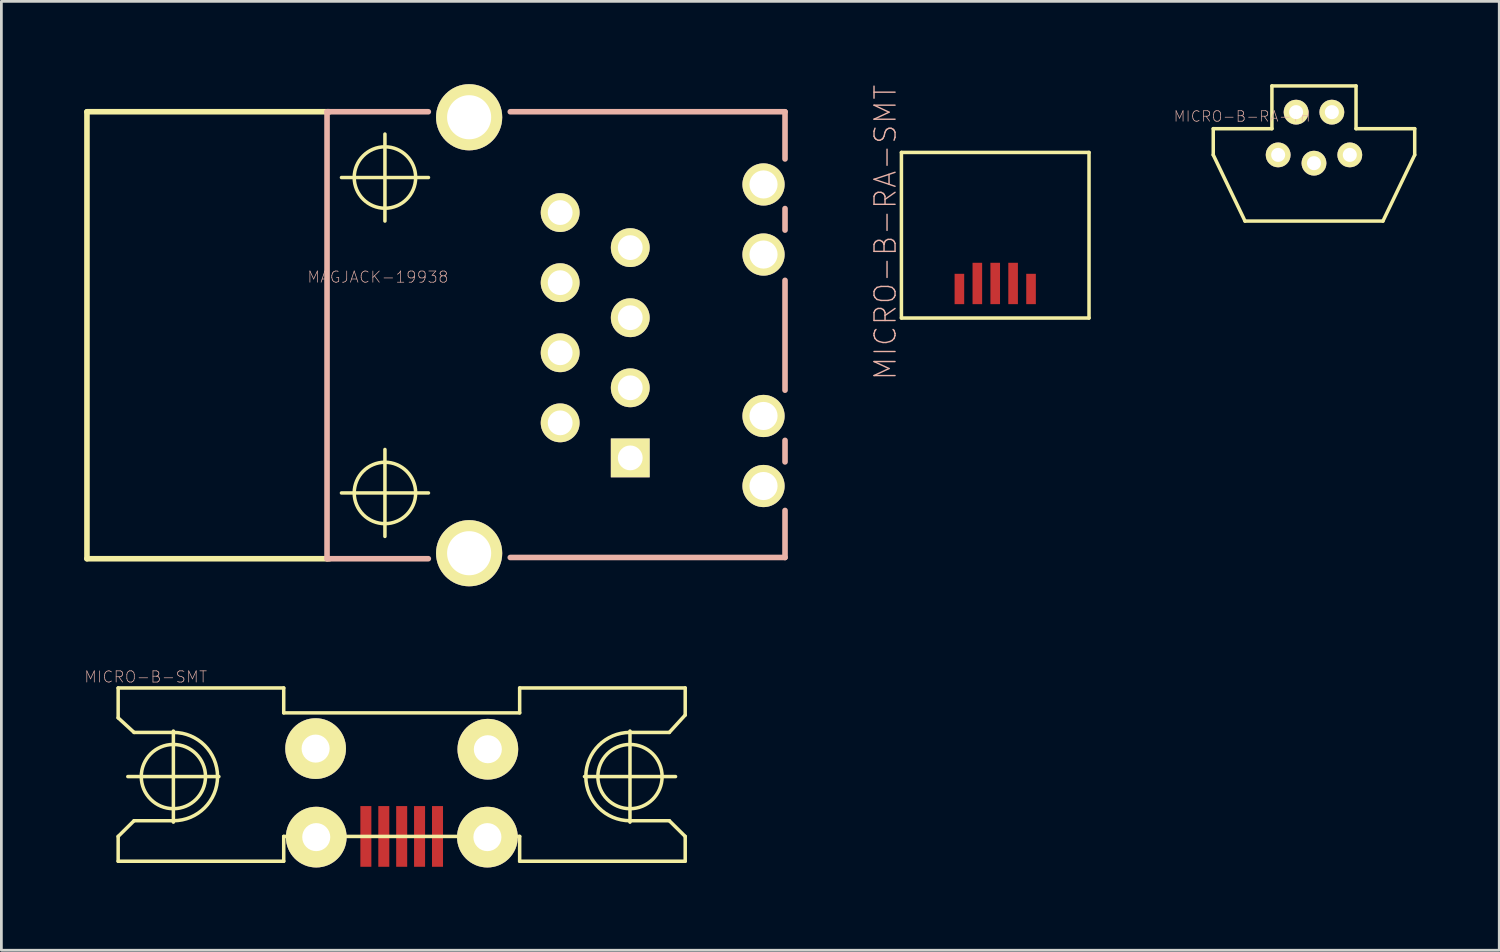
<source format=kicad_pcb>
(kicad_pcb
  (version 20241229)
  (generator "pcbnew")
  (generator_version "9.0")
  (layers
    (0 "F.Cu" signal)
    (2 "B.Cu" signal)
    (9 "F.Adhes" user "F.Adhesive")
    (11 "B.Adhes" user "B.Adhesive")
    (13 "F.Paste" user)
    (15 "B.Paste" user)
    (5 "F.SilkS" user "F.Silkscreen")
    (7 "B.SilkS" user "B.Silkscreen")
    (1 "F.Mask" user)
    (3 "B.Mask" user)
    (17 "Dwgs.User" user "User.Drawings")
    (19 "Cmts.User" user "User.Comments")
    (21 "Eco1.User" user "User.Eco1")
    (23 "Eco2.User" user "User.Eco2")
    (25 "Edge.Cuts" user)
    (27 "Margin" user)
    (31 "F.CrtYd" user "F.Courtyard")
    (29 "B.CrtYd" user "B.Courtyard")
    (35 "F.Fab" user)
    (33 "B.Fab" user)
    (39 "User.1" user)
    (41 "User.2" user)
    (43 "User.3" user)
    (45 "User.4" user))
  (footprint "MAGJACK-19938"
    (layer "F.Cu")
    (at 19.789 13.543)
    (property "Reference" "MAGJACK-19938" (at -9.144 -6.553 0) (layer "B.SilkS") (effects (font (size 0.406 0.406) (thickness 0.025))))
    (attr exclude_from_pos_files exclude_from_bom)
    (fp_line (start -19.688 -12.543) (end -19.688 3.653) (stroke (width 0.203) (type solid)) (layer "F.SilkS"))
    (fp_line (start -19.688 3.653) (end -10.899 3.653) (stroke (width 0.203) (type solid)) (layer "F.SilkS"))
    (fp_line (start -10.899 -12.543) (end -19.688 -12.543) (stroke (width 0.203) (type solid)) (layer "F.SilkS"))
    (fp_line (start -10.465 -10.16) (end -7.313 -10.16) (stroke (width 0.127) (type solid)) (layer "F.SilkS"))
    (fp_line (start -10.465 1.27) (end -7.313 1.27) (stroke (width 0.127) (type solid)) (layer "F.SilkS"))
    (fp_line (start -8.89 -8.583) (end -8.89 -11.735) (stroke (width 0.127) (type solid)) (layer "F.SilkS"))
    (fp_line (start -8.89 2.845) (end -8.89 -0.305) (stroke (width 0.127) (type solid)) (layer "F.SilkS"))
    (fp_circle (center -8.89 -10.16) (end -9.677 -10.947) (stroke (width 0.127) (type solid)) (fill no) (layer "F.SilkS"))
    (fp_circle (center -8.89 1.27) (end -9.677 2.057) (stroke (width 0.127) (type solid)) (fill no) (layer "F.SilkS"))
    (fp_line (start -10.988 -12.543) (end -10.988 3.653) (stroke (width 0.203) (type solid)) (layer "B.SilkS"))
    (fp_line (start -10.988 3.653) (end -7.318 3.653) (stroke (width 0.203) (type solid)) (layer "B.SilkS"))
    (fp_line (start -7.318 -12.543) (end -10.988 -12.543) (stroke (width 0.203) (type solid)) (layer "B.SilkS"))
    (fp_line (start -4.348 3.609) (end 5.608 3.609) (stroke (width 0.203) (type solid)) (layer "B.SilkS"))
    (fp_line (start 5.608 -12.543) (end -4.348 -12.543) (stroke (width 0.203) (type solid)) (layer "B.SilkS"))
    (fp_line (start 5.608 -12.543) (end 5.608 -10.833) (stroke (width 0.203) (type solid)) (layer "B.SilkS"))
    (fp_line (start 5.608 -8.255) (end 5.608 -9.035) (stroke (width 0.203) (type solid)) (layer "B.SilkS"))
    (fp_line (start 5.608 -2.454) (end 5.608 -6.434) (stroke (width 0.203) (type solid)) (layer "B.SilkS"))
    (fp_line (start 5.608 0.145) (end 5.608 -0.635) (stroke (width 0.203) (type solid)) (layer "B.SilkS"))
    (fp_line (start 5.608 3.609) (end 5.608 1.905) (stroke (width 0.203) (type solid)) (layer "B.SilkS"))
    (pad "1" thru_hole rect (at 0 0) (size 1.407 1.407) (drill 0.899) (layers "*.Cu" "F.Mask" "F.SilkS" "F.Paste"))
    (pad "2" thru_hole circle (at -2.54 -1.27) (size 1.407 1.407) (drill 0.899) (layers "*.Cu" "F.Mask" "F.SilkS" "F.Paste"))
    (pad "3" thru_hole circle (at 0 -2.54) (size 1.407 1.407) (drill 0.899) (layers "*.Cu" "F.Mask" "F.SilkS" "F.Paste"))
    (pad "4" thru_hole circle (at -2.54 -3.81) (size 1.407 1.407) (drill 0.899) (layers "*.Cu" "F.Mask" "F.SilkS" "F.Paste"))
    (pad "5" thru_hole circle (at 0 -5.08) (size 1.407 1.407) (drill 0.899) (layers "*.Cu" "F.Mask" "F.SilkS" "F.Paste"))
    (pad "6" thru_hole circle (at -2.54 -6.35) (size 1.407 1.407) (drill 0.899) (layers "*.Cu" "F.Mask" "F.SilkS" "F.Paste"))
    (pad "7" thru_hole circle (at 0 -7.62) (size 1.407 1.407) (drill 0.899) (layers "*.Cu" "F.Mask" "F.SilkS" "F.Paste"))
    (pad "8" thru_hole circle (at -2.54 -8.89) (size 1.407 1.407) (drill 0.899) (layers "*.Cu" "F.Mask" "F.SilkS" "F.Paste"))
    (pad "9" thru_hole circle (at 4.829 1.019) (size 1.529 1.529) (drill 1.019) (layers "*.Cu" "F.Mask" "F.SilkS" "F.Paste"))
    (pad "10" thru_hole circle (at 4.829 -1.519) (size 1.529 1.529) (drill 1.019) (layers "*.Cu" "F.Mask" "F.SilkS" "F.Paste"))
    (pad "11" thru_hole circle (at 4.829 -7.369) (size 1.529 1.529) (drill 1.019) (layers "*.Cu" "F.Mask" "F.SilkS" "F.Paste"))
    (pad "12" thru_hole circle (at 4.829 -9.909) (size 1.529 1.529) (drill 1.019) (layers "*.Cu" "F.Mask" "F.SilkS" "F.Paste"))
    (pad "P$1" thru_hole circle (at -5.839 3.454) (size 2.398 2.398) (drill 1.598) (layers "*.Cu" "F.Mask" "F.SilkS" "F.Paste"))
    (pad "P$2" thru_hole circle (at -5.839 -12.344) (size 2.398 2.398) (drill 1.598) (layers "*.Cu" "F.Mask" "F.SilkS" "F.Paste")))
  (footprint "MICRO-B-RA-TH"
    (layer "F.Cu")
    (at 44.565 1.613)
    (property "Reference" "MICRO-B-RA-TH" (at -2.603 -0.445 180) (layer "B.SilkS") (effects (font (size 0.381 0.381) (thickness 0.025))))
    (attr exclude_from_pos_files exclude_from_bom)
    (fp_line (start -3.65 0) (end -3.65 0.95) (stroke (width 0.127) (type solid)) (layer "F.SilkS"))
    (fp_line (start -3.65 0.95) (end -2.499 3.348) (stroke (width 0.127) (type solid)) (layer "F.SilkS"))
    (fp_line (start -2.499 3.348) (end 2.499 3.348) (stroke (width 0.127) (type solid)) (layer "F.SilkS"))
    (fp_line (start -1.524 -1.549) (end 1.524 -1.549) (stroke (width 0.127) (type solid)) (layer "F.SilkS"))
    (fp_line (start -1.524 0) (end -3.65 0) (stroke (width 0.127) (type solid)) (layer "F.SilkS"))
    (fp_line (start -1.524 0) (end -1.524 -1.549) (stroke (width 0.127) (type solid)) (layer "F.SilkS"))
    (fp_line (start 1.524 0) (end 1.524 -1.549) (stroke (width 0.127) (type solid)) (layer "F.SilkS"))
    (fp_line (start 1.524 0) (end 3.65 0) (stroke (width 0.127) (type solid)) (layer "F.SilkS"))
    (fp_line (start 3.65 0) (end 3.65 0.95) (stroke (width 0.127) (type solid)) (layer "F.SilkS"))
    (fp_line (start 3.65 0.95) (end 2.499 3.348) (stroke (width 0.127) (type solid)) (layer "F.SilkS"))
    (pad "1" thru_hole circle (at -1.298 0.95) (size 0.899 0.899) (drill 0.508) (layers "*.Cu" "F.Mask" "F.SilkS" "F.Paste"))
    (pad "2" thru_hole circle (at -0.648 -0.599) (size 0.899 0.899) (drill 0.508) (layers "*.Cu" "F.Mask" "F.SilkS" "F.Paste"))
    (pad "3" thru_hole circle (at 0 1.25) (size 0.899 0.899) (drill 0.508) (layers "*.Cu" "F.Mask" "F.SilkS" "F.Paste"))
    (pad "4" thru_hole circle (at 0.648 -0.599) (size 0.899 0.899) (drill 0.508) (layers "*.Cu" "F.Mask" "F.SilkS" "F.Paste"))
    (pad "5" thru_hole circle (at 1.298 0.95) (size 0.899 0.899) (drill 0.508) (layers "*.Cu" "F.Mask" "F.SilkS" "F.Paste")))
  (footprint "MICRO-B-RA-SMT"
    (layer "F.Cu")
    (at 33.014 5.474)
    (property "Reference" "MICRO-B-RA-SMT" (at -3.98 -0.104 90) (layer "B.SilkS") (effects (font (size 0.762 0.762) (thickness 0.051))))
    (attr smd)
    (fp_line (start -3.399 3) (end -3.399 -3) (stroke (width 0.127) (type solid)) (layer "F.SilkS"))
    (fp_line (start -3.399 3) (end 3.399 3) (stroke (width 0.127) (type solid)) (layer "F.SilkS"))
    (fp_line (start 3.399 -3) (end -3.399 -3) (stroke (width 0.127) (type solid)) (layer "F.SilkS"))
    (fp_line (start 3.399 -3) (end 3.399 3) (stroke (width 0.127) (type solid)) (layer "F.SilkS"))
    (pad "1" smd rect (at 1.298 1.948 90) (size 1.1 0.348) (layers "F.Cu" "F.Mask" "F.Paste"))
    (pad "2" smd rect (at 0.648 1.748 90) (size 1.499 0.348) (layers "F.Cu" "F.Mask" "F.Paste"))
    (pad "3" smd rect (at 0 1.748 90) (size 1.499 0.348) (layers "F.Cu" "F.Mask" "F.Paste"))
    (pad "4" smd rect (at -0.648 1.748 90) (size 1.499 0.348) (layers "F.Cu" "F.Mask" "F.Paste"))
    (pad "5" smd rect (at -1.298 1.948 90) (size 1.1 0.348) (layers "F.Cu" "F.Mask" "F.Paste")))
  (footprint "MICRO-B-SMT"
    (layer "F.Cu")
    (at 11.506 27.26)
    (property "Reference" "MICRO-B-SMT" (at -9.274 -5.781 0) (layer "B.SilkS") (effects (font (size 0.406 0.406) (thickness 0.025))))
    (attr smd)
    (fp_line (start -10.274 -5.38) (end -4.275 -5.38) (stroke (width 0.127) (type solid)) (layer "F.SilkS"))
    (fp_line (start -10.274 -4.298) (end -10.274 -5.38) (stroke (width 0.127) (type solid)) (layer "F.SilkS"))
    (fp_line (start -10.274 0) (end -10.274 0.899) (stroke (width 0.127) (type solid)) (layer "F.SilkS"))
    (fp_line (start -10.274 0.899) (end -4.275 0.899) (stroke (width 0.127) (type solid)) (layer "F.SilkS"))
    (fp_line (start -9.924 -2.169) (end -6.624 -2.169) (stroke (width 0.127) (type solid)) (layer "F.SilkS"))
    (fp_line (start -9.698 -3.769) (end -10.274 -4.298) (stroke (width 0.127) (type solid)) (layer "F.SilkS"))
    (fp_line (start -9.698 -3.769) (end -8.273 -3.769) (stroke (width 0.127) (type solid)) (layer "F.SilkS"))
    (fp_line (start -9.698 -0.569) (end -10.274 0) (stroke (width 0.127) (type solid)) (layer "F.SilkS"))
    (fp_line (start -9.698 -0.569) (end -8.273 -0.569) (stroke (width 0.127) (type solid)) (layer "F.SilkS"))
    (fp_line (start -8.273 -0.518) (end -8.273 -3.818) (stroke (width 0.127) (type solid)) (layer "F.SilkS"))
    (fp_line (start -4.275 -5.38) (end -4.275 -4.478) (stroke (width 0.127) (type solid)) (layer "F.SilkS"))
    (fp_line (start -4.275 -4.478) (end 4.275 -4.478) (stroke (width 0.127) (type solid)) (layer "F.SilkS"))
    (fp_line (start -4.275 0) (end 4.275 0) (stroke (width 0.127) (type solid)) (layer "F.SilkS"))
    (fp_line (start -4.275 0.899) (end -4.275 0) (stroke (width 0.127) (type solid)) (layer "F.SilkS"))
    (fp_line (start 4.275 -5.38) (end 4.275 -4.478) (stroke (width 0.127) (type solid)) (layer "F.SilkS"))
    (fp_line (start 4.275 0.899) (end 4.275 0) (stroke (width 0.127) (type solid)) (layer "F.SilkS"))
    (fp_line (start 6.624 -2.169) (end 9.924 -2.169) (stroke (width 0.127) (type solid)) (layer "F.SilkS"))
    (fp_line (start 8.273 -0.518) (end 8.273 -3.818) (stroke (width 0.127) (type solid)) (layer "F.SilkS"))
    (fp_line (start 9.698 -3.769) (end 8.273 -3.769) (stroke (width 0.127) (type solid)) (layer "F.SilkS"))
    (fp_line (start 9.698 -3.769) (end 10.274 -4.399) (stroke (width 0.127) (type solid)) (layer "F.SilkS"))
    (fp_line (start 9.698 -0.569) (end 8.273 -0.569) (stroke (width 0.127) (type solid)) (layer "F.SilkS"))
    (fp_line (start 9.698 -0.569) (end 10.274 0) (stroke (width 0.127) (type solid)) (layer "F.SilkS"))
    (fp_line (start 10.274 -5.38) (end 4.275 -5.38) (stroke (width 0.127) (type solid)) (layer "F.SilkS"))
    (fp_line (start 10.274 -4.399) (end 10.274 -5.38) (stroke (width 0.127) (type solid)) (layer "F.SilkS"))
    (fp_line (start 10.274 0) (end 10.274 0.899) (stroke (width 0.127) (type solid)) (layer "F.SilkS"))
    (fp_line (start 10.274 0.899) (end 4.275 0.899) (stroke (width 0.127) (type solid)) (layer "F.SilkS"))
    (fp_arc (start -8.27278 -3.76936) (mid -6.67258 -2.16916) (end -8.27278 -0.56896) (stroke (width 0.127) (type solid)) (layer "F.SilkS"))
    (fp_arc (start 8.27278 -0.56896) (mid 6.67258 -2.16916) (end 8.27278 -3.76936) (stroke (width 0.127) (type solid)) (layer "F.SilkS"))
    (fp_circle (center -8.273 -2.169) (end -9.096 -2.992) (stroke (width 0.127) (type solid)) (fill no) (layer "F.SilkS"))
    (fp_circle (center 8.273 -2.169) (end 9.096 -2.992) (stroke (width 0.127) (type solid)) (fill no) (layer "F.SilkS"))
    (pad "1" smd rect (at -1.298 0 90) (size 2.2 0.399) (layers "F.Cu" "F.Mask" "F.Paste"))
    (pad "2" smd rect (at -0.648 0 90) (size 2.2 0.399) (layers "F.Cu" "F.Mask" "F.Paste"))
    (pad "3" smd rect (at 0 0 90) (size 2.2 0.399) (layers "F.Cu" "F.Mask" "F.Paste"))
    (pad "4" smd rect (at 0.648 0 90) (size 2.2 0.399) (layers "F.Cu" "F.Mask" "F.Paste"))
    (pad "5" smd rect (at 1.298 0 90) (size 2.2 0.399) (layers "F.Cu" "F.Mask" "F.Paste"))
    (pad "P$6" thru_hole circle (at -3.119 -3.183 90) (size 2.2 2.2) (drill 1.016) (layers "*.Cu" "F.Mask" "F.SilkS" "F.Paste"))
    (pad "P$7" thru_hole circle (at -3.096 0.025 90) (size 2.2 2.2) (drill 1.016) (layers "*.Cu" "F.Mask" "F.SilkS" "F.Paste"))
    (pad "P$8" thru_hole circle (at 3.122 -3.16 90) (size 2.2 2.2) (drill 1.016) (layers "*.Cu" "F.Mask" "F.SilkS" "F.Paste"))
    (pad "P$9" thru_hole circle (at 3.106 0.025 90) (size 2.2 2.2) (drill 1.016) (layers "*.Cu" "F.Mask" "F.SilkS" "F.Paste")))
  (gr_rect
    (start -3 -3)
    (end 51.279 31.385)
    (stroke (width 0.1) (type default))
    (fill no)
    (layer "Edge.Cuts")))
</source>
